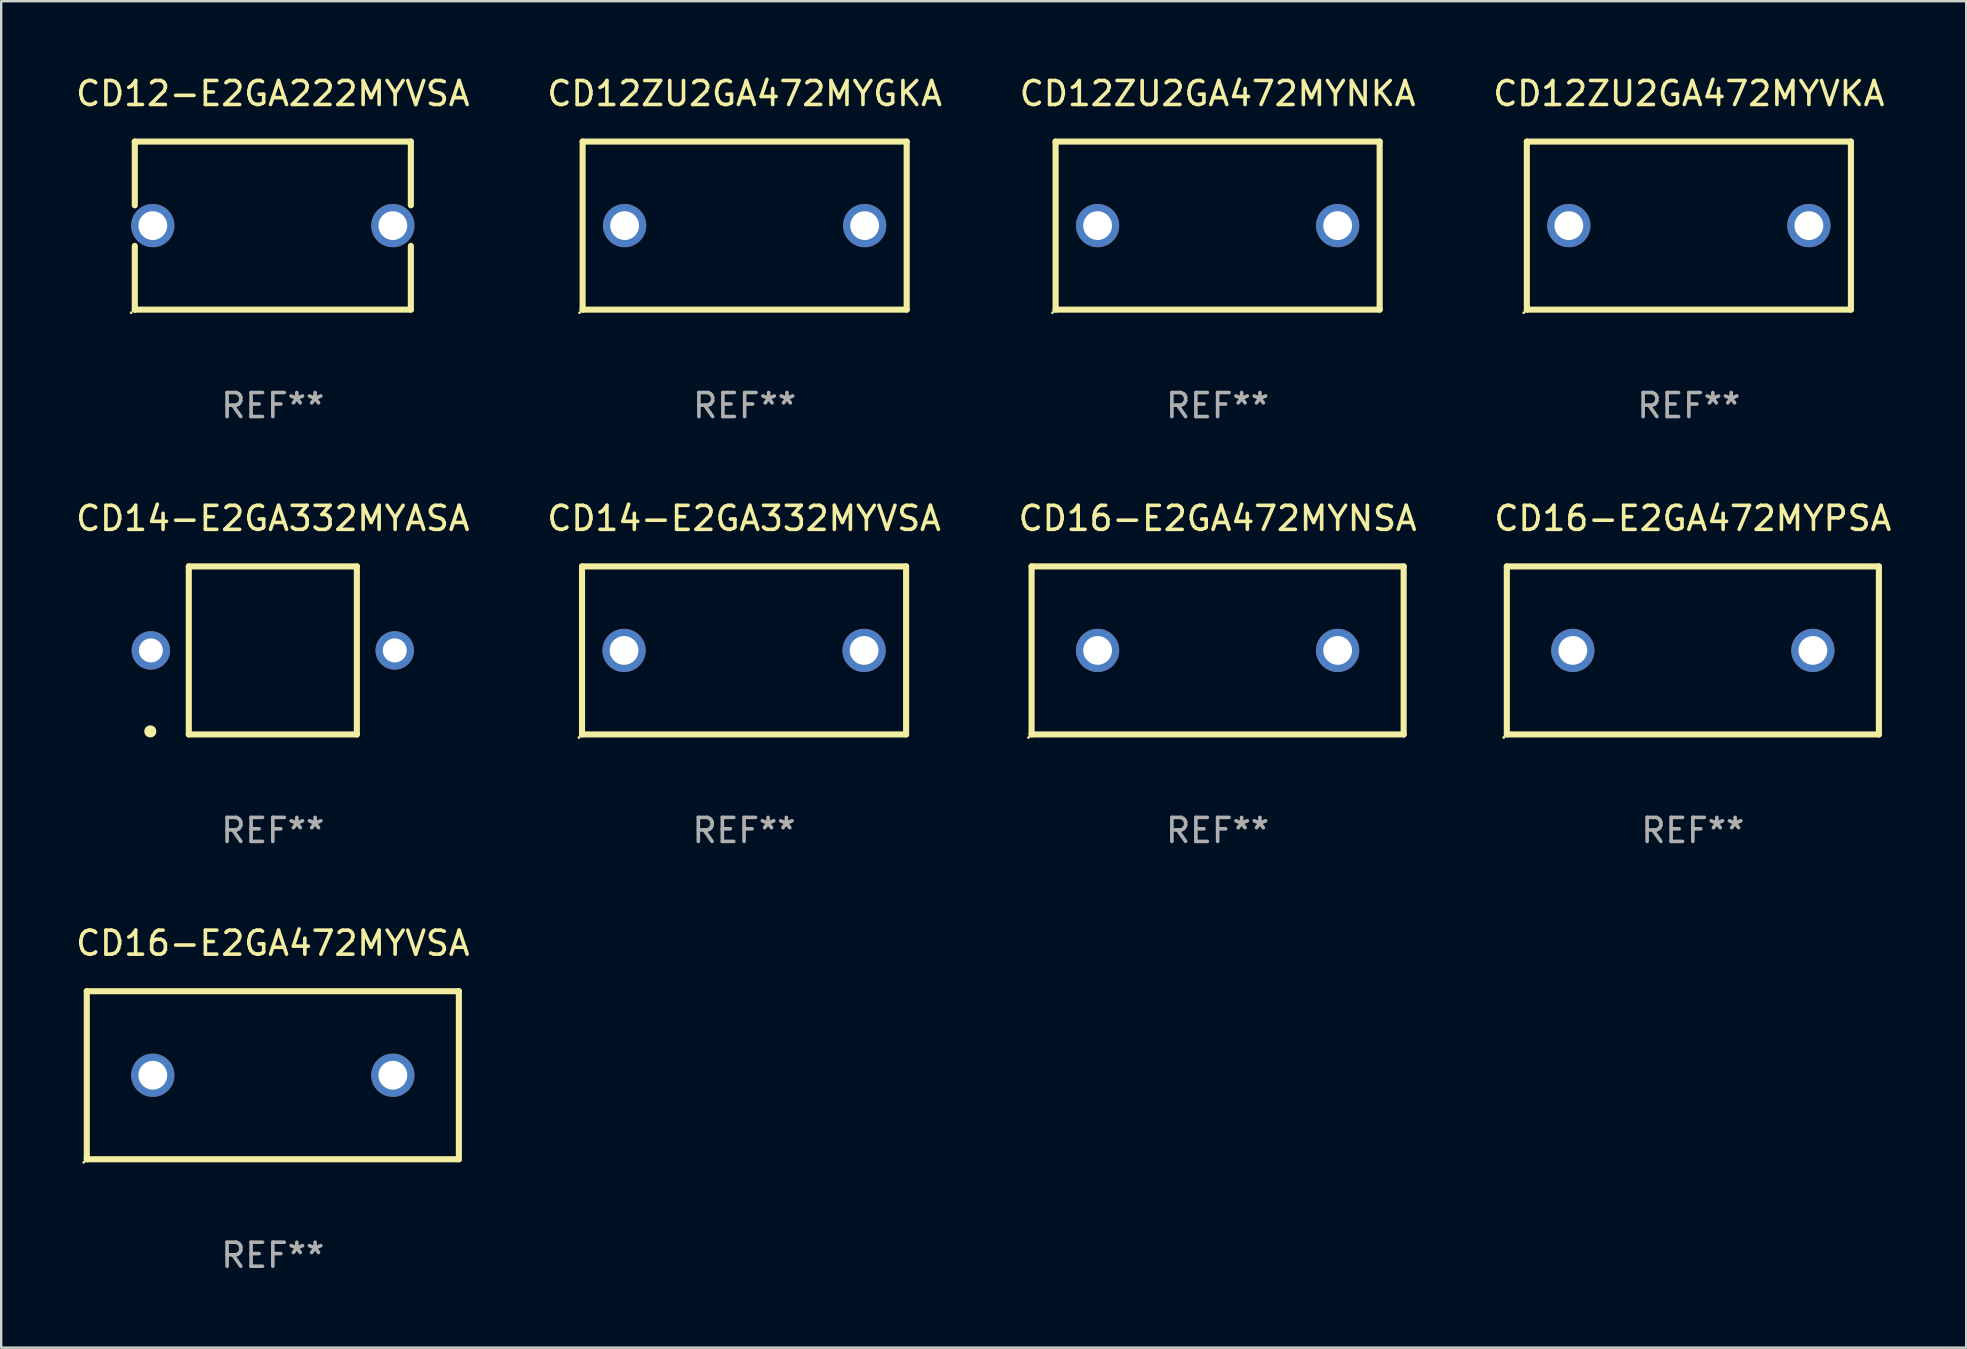
<source format=kicad_pcb>
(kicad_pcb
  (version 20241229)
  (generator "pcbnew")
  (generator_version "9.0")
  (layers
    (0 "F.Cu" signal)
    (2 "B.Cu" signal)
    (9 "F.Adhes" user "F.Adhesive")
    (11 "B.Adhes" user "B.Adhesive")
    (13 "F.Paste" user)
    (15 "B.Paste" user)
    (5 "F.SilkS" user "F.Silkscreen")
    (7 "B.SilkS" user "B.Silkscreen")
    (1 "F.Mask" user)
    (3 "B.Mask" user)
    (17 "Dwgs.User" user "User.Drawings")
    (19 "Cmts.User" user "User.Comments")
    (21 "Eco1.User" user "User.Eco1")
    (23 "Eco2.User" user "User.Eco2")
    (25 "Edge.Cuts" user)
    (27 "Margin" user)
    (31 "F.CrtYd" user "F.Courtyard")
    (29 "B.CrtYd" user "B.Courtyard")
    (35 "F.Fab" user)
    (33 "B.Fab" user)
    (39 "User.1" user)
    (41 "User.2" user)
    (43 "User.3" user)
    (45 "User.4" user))
  (footprint "CD16-E2GA472MYPSA"
    (layer "F.Cu")
    (at 67.47 24.045)
    (property "Reference" "CD16-E2GA472MYPSA" (at 0 -5.5 0) (layer "F.SilkS") (effects (font (size 1 1) (thickness 0.15))))
    (attr through_hole)
    (fp_line (start -7.75 -3.5) (end 7.75 -3.5) (stroke (width 0.254) (type solid)) (layer "F.SilkS"))
    (fp_line (start -7.75 3.5) (end -7.75 -3.5) (stroke (width 0.254) (type solid)) (layer "F.SilkS"))
    (fp_line (start 7.75 -3.5) (end 7.75 3.5) (stroke (width 0.254) (type solid)) (layer "F.SilkS"))
    (fp_line (start 7.75 3.5) (end -7.75 3.5) (stroke (width 0.254) (type solid)) (layer "F.SilkS"))
    (fp_circle (center -7.877 3.627) (end -7.847 3.627) (stroke (width 0.06) (type solid)) (fill no) (layer "F.SilkS"))
    (fp_text user "REF**" (at 0 7.5 0) (layer "F.Fab") (effects (font (size 1 1) (thickness 0.15))))
    (pad "1" thru_hole circle (at -5 0) (size 1.8 1.8) (drill 1.2) (layers "*.Cu" "*.Mask"))
    (pad "2" thru_hole circle (at 5 0) (size 1.8 1.8) (drill 1.2) (layers "*.Cu" "*.Mask")))
  (footprint "CD12ZU2GA472MYNKA"
    (layer "F.Cu")
    (at 47.673 6.348)
    (property "Reference" "CD12ZU2GA472MYNKA" (at 0 -5.5 0) (layer "F.SilkS") (effects (font (size 1 1) (thickness 0.15))))
    (attr through_hole)
    (fp_line (start -6.75 -3.5) (end 6.75 -3.5) (stroke (width 0.254) (type solid)) (layer "F.SilkS"))
    (fp_line (start -6.75 3.5) (end -6.75 -3.5) (stroke (width 0.254) (type solid)) (layer "F.SilkS"))
    (fp_line (start 6.75 -3.5) (end 6.75 3.5) (stroke (width 0.254) (type solid)) (layer "F.SilkS"))
    (fp_line (start 6.75 3.5) (end -6.75 3.5) (stroke (width 0.254) (type solid)) (layer "F.SilkS"))
    (fp_circle (center -6.877 3.627) (end -6.847 3.627) (stroke (width 0.06) (type solid)) (fill no) (layer "F.SilkS"))
    (fp_text user "REF**" (at 0 7.5 0) (layer "F.Fab") (effects (font (size 1 1) (thickness 0.15))))
    (pad "1" thru_hole circle (at -5 0) (size 1.8 1.8) (drill 1.2) (layers "*.Cu" "*.Mask"))
    (pad "2" thru_hole circle (at 5 0) (size 1.8 1.8) (drill 1.2) (layers "*.Cu" "*.Mask")))
  (footprint "CD14-E2GA332MYASA"
    (layer "F.Cu")
    (at 8.315 24.045)
    (property "Reference" "CD14-E2GA332MYASA" (at 0 -5.5 0) (layer "F.SilkS") (effects (font (size 1 1) (thickness 0.15))))
    (attr through_hole)
    (fp_line (start -3.5 -3.5) (end -3.5 3.5) (stroke (width 0.254) (type solid)) (layer "F.SilkS"))
    (fp_line (start -3.5 -3.5) (end 3.5 -3.5) (stroke (width 0.254) (type solid)) (layer "F.SilkS"))
    (fp_line (start 3.5 3.5) (end -3.5 3.5) (stroke (width 0.254) (type solid)) (layer "F.SilkS"))
    (fp_line (start 3.5 3.5) (end 3.5 -3.5) (stroke (width 0.254) (type solid)) (layer "F.SilkS"))
    (fp_circle (center -5.103 3.373) (end -4.976 3.373) (stroke (width 0.254) (type solid)) (fill no) (layer "F.SilkS"))
    (fp_text user "REF**" (at 0 7.5 0) (layer "F.Fab") (effects (font (size 1 1) (thickness 0.15))))
    (pad "1" thru_hole circle (at -5.08 -0.000254) (size 1.6 1.6) (drill 1) (layers "*.Cu" "*.Mask"))
    (pad "2" thru_hole circle (at 5.08 -0.000254) (size 1.6 1.6) (drill 1) (layers "*.Cu" "*.Mask")))
  (footprint "CD12-E2GA222MYVSA"
    (layer "F.Cu")
    (at 8.315 6.348)
    (property "Reference" "CD12-E2GA222MYVSA" (at 0 -5.5 0) (layer "F.SilkS") (effects (font (size 1 1) (thickness 0.15))))
    (attr through_hole)
    (fp_line (start -5.75 -3.5) (end -5.75 -0.846) (stroke (width 0.254) (type solid)) (layer "F.SilkS"))
    (fp_line (start -5.75 -3.5) (end 5.75 -3.5) (stroke (width 0.254) (type solid)) (layer "F.SilkS"))
    (fp_line (start -5.75 0.846) (end -5.75 3.5) (stroke (width 0.254) (type solid)) (layer "F.SilkS"))
    (fp_line (start 5.75 -3.5) (end 5.75 -0.846) (stroke (width 0.254) (type solid)) (layer "F.SilkS"))
    (fp_line (start 5.75 0.846) (end 5.75 3.5) (stroke (width 0.254) (type solid)) (layer "F.SilkS"))
    (fp_line (start 5.75 3.5) (end -5.75 3.5) (stroke (width 0.254) (type solid)) (layer "F.SilkS"))
    (fp_circle (center -5.9 3.627) (end -5.87 3.627) (stroke (width 0.06) (type solid)) (fill no) (layer "F.SilkS"))
    (fp_text user "REF**" (at 0 7.5 0) (layer "F.Fab") (effects (font (size 1 1) (thickness 0.15))))
    (pad "1" thru_hole circle (at -5 0) (size 1.8 1.8) (drill 1.2) (layers "*.Cu" "*.Mask"))
    (pad "2" thru_hole circle (at 5 0) (size 1.8 1.8) (drill 1.2) (layers "*.Cu" "*.Mask")))
  (footprint "CD12ZU2GA472MYVKA"
    (layer "F.Cu")
    (at 67.304 6.348)
    (property "Reference" "CD12ZU2GA472MYVKA" (at 0 -5.5 0) (layer "F.SilkS") (effects (font (size 1 1) (thickness 0.15))))
    (attr through_hole)
    (fp_line (start -6.75 -3.5) (end 6.75 -3.5) (stroke (width 0.254) (type solid)) (layer "F.SilkS"))
    (fp_line (start -6.75 3.5) (end -6.75 -3.5) (stroke (width 0.254) (type solid)) (layer "F.SilkS"))
    (fp_line (start 6.75 -3.5) (end 6.75 3.5) (stroke (width 0.254) (type solid)) (layer "F.SilkS"))
    (fp_line (start 6.75 3.5) (end -6.75 3.5) (stroke (width 0.254) (type solid)) (layer "F.SilkS"))
    (fp_circle (center -6.877 3.627) (end -6.847 3.627) (stroke (width 0.06) (type solid)) (fill no) (layer "F.SilkS"))
    (fp_text user "REF**" (at 0 7.5 0) (layer "F.Fab") (effects (font (size 1 1) (thickness 0.15))))
    (pad "1" thru_hole circle (at -5 0) (size 1.8 1.8) (drill 1.2) (layers "*.Cu" "*.Mask"))
    (pad "2" thru_hole circle (at 5 0) (size 1.8 1.8) (drill 1.2) (layers "*.Cu" "*.Mask")))
  (footprint "CD14-E2GA332MYVSA"
    (layer "F.Cu")
    (at 27.946 24.045)
    (property "Reference" "CD14-E2GA332MYVSA" (at 0 -5.5 0) (layer "F.SilkS") (effects (font (size 1 1) (thickness 0.15))))
    (attr through_hole)
    (fp_line (start -6.75 -3.5) (end 6.75 -3.5) (stroke (width 0.254) (type solid)) (layer "F.SilkS"))
    (fp_line (start -6.75 3.5) (end -6.75 -3.5) (stroke (width 0.254) (type solid)) (layer "F.SilkS"))
    (fp_line (start 6.75 -3.5) (end 6.75 3.5) (stroke (width 0.254) (type solid)) (layer "F.SilkS"))
    (fp_line (start 6.75 3.5) (end -6.75 3.5) (stroke (width 0.254) (type solid)) (layer "F.SilkS"))
    (fp_circle (center -6.877 3.627) (end -6.847 3.627) (stroke (width 0.06) (type solid)) (fill no) (layer "F.SilkS"))
    (fp_text user "REF**" (at 0 7.5 0) (layer "F.Fab") (effects (font (size 1 1) (thickness 0.15))))
    (pad "1" thru_hole circle (at -5 0) (size 1.8 1.8) (drill 1.2) (layers "*.Cu" "*.Mask"))
    (pad "2" thru_hole circle (at 5 0) (size 1.8 1.8) (drill 1.2) (layers "*.Cu" "*.Mask")))
  (footprint "CD16-E2GA472MYNSA"
    (layer "F.Cu")
    (at 47.673 24.045)
    (property "Reference" "CD16-E2GA472MYNSA" (at 0 -5.5 0) (layer "F.SilkS") (effects (font (size 1 1) (thickness 0.15))))
    (attr through_hole)
    (fp_line (start -7.75 -3.5) (end 7.75 -3.5) (stroke (width 0.254) (type solid)) (layer "F.SilkS"))
    (fp_line (start -7.75 3.5) (end -7.75 -3.5) (stroke (width 0.254) (type solid)) (layer "F.SilkS"))
    (fp_line (start 7.75 -3.5) (end 7.75 3.5) (stroke (width 0.254) (type solid)) (layer "F.SilkS"))
    (fp_line (start 7.75 3.5) (end -7.75 3.5) (stroke (width 0.254) (type solid)) (layer "F.SilkS"))
    (fp_circle (center -7.877 3.627) (end -7.847 3.627) (stroke (width 0.06) (type solid)) (fill no) (layer "F.SilkS"))
    (fp_text user "REF**" (at 0 7.5 0) (layer "F.Fab") (effects (font (size 1 1) (thickness 0.15))))
    (pad "1" thru_hole circle (at -5 0) (size 1.8 1.8) (drill 1.2) (layers "*.Cu" "*.Mask"))
    (pad "2" thru_hole circle (at 5 0) (size 1.8 1.8) (drill 1.2) (layers "*.Cu" "*.Mask")))
  (footprint "CD12ZU2GA472MYGKA"
    (layer "F.Cu")
    (at 27.97 6.348)
    (property "Reference" "CD12ZU2GA472MYGKA" (at 0 -5.5 0) (layer "F.SilkS") (effects (font (size 1 1) (thickness 0.15))))
    (attr through_hole)
    (fp_line (start -6.75 -3.5) (end 6.75 -3.5) (stroke (width 0.254) (type solid)) (layer "F.SilkS"))
    (fp_line (start -6.75 3.5) (end -6.75 -3.5) (stroke (width 0.254) (type solid)) (layer "F.SilkS"))
    (fp_line (start 6.75 -3.5) (end 6.75 3.5) (stroke (width 0.254) (type solid)) (layer "F.SilkS"))
    (fp_line (start 6.75 3.5) (end -6.75 3.5) (stroke (width 0.254) (type solid)) (layer "F.SilkS"))
    (fp_circle (center -6.877 3.627) (end -6.847 3.627) (stroke (width 0.06) (type solid)) (fill no) (layer "F.SilkS"))
    (fp_text user "REF**" (at 0 7.5 0) (layer "F.Fab") (effects (font (size 1 1) (thickness 0.15))))
    (pad "1" thru_hole circle (at -5 0) (size 1.8 1.8) (drill 1.2) (layers "*.Cu" "*.Mask"))
    (pad "2" thru_hole circle (at 5 0) (size 1.8 1.8) (drill 1.2) (layers "*.Cu" "*.Mask")))
  (footprint "CD16-E2GA472MYVSA"
    (layer "F.Cu")
    (at 8.315 41.742)
    (property "Reference" "CD16-E2GA472MYVSA" (at 0 -5.5 0) (layer "F.SilkS") (effects (font (size 1 1) (thickness 0.15))))
    (attr through_hole)
    (fp_line (start -7.75 -3.5) (end 7.75 -3.5) (stroke (width 0.254) (type solid)) (layer "F.SilkS"))
    (fp_line (start -7.75 3.5) (end -7.75 -3.5) (stroke (width 0.254) (type solid)) (layer "F.SilkS"))
    (fp_line (start 7.75 -3.5) (end 7.75 3.5) (stroke (width 0.254) (type solid)) (layer "F.SilkS"))
    (fp_line (start 7.75 3.5) (end -7.75 3.5) (stroke (width 0.254) (type solid)) (layer "F.SilkS"))
    (fp_circle (center -7.877 3.627) (end -7.847 3.627) (stroke (width 0.06) (type solid)) (fill no) (layer "F.SilkS"))
    (fp_text user "REF**" (at 0 7.5 0) (layer "F.Fab") (effects (font (size 1 1) (thickness 0.15))))
    (pad "1" thru_hole circle (at -5 0) (size 1.8 1.8) (drill 1.2) (layers "*.Cu" "*.Mask"))
    (pad "2" thru_hole circle (at 5 0) (size 1.8 1.8) (drill 1.2) (layers "*.Cu" "*.Mask")))
  (gr_rect
    (start -3 -3)
    (end 78.857 53.09)
    (stroke (width 0.1) (type default))
    (fill no)
    (layer "Edge.Cuts")))
</source>
